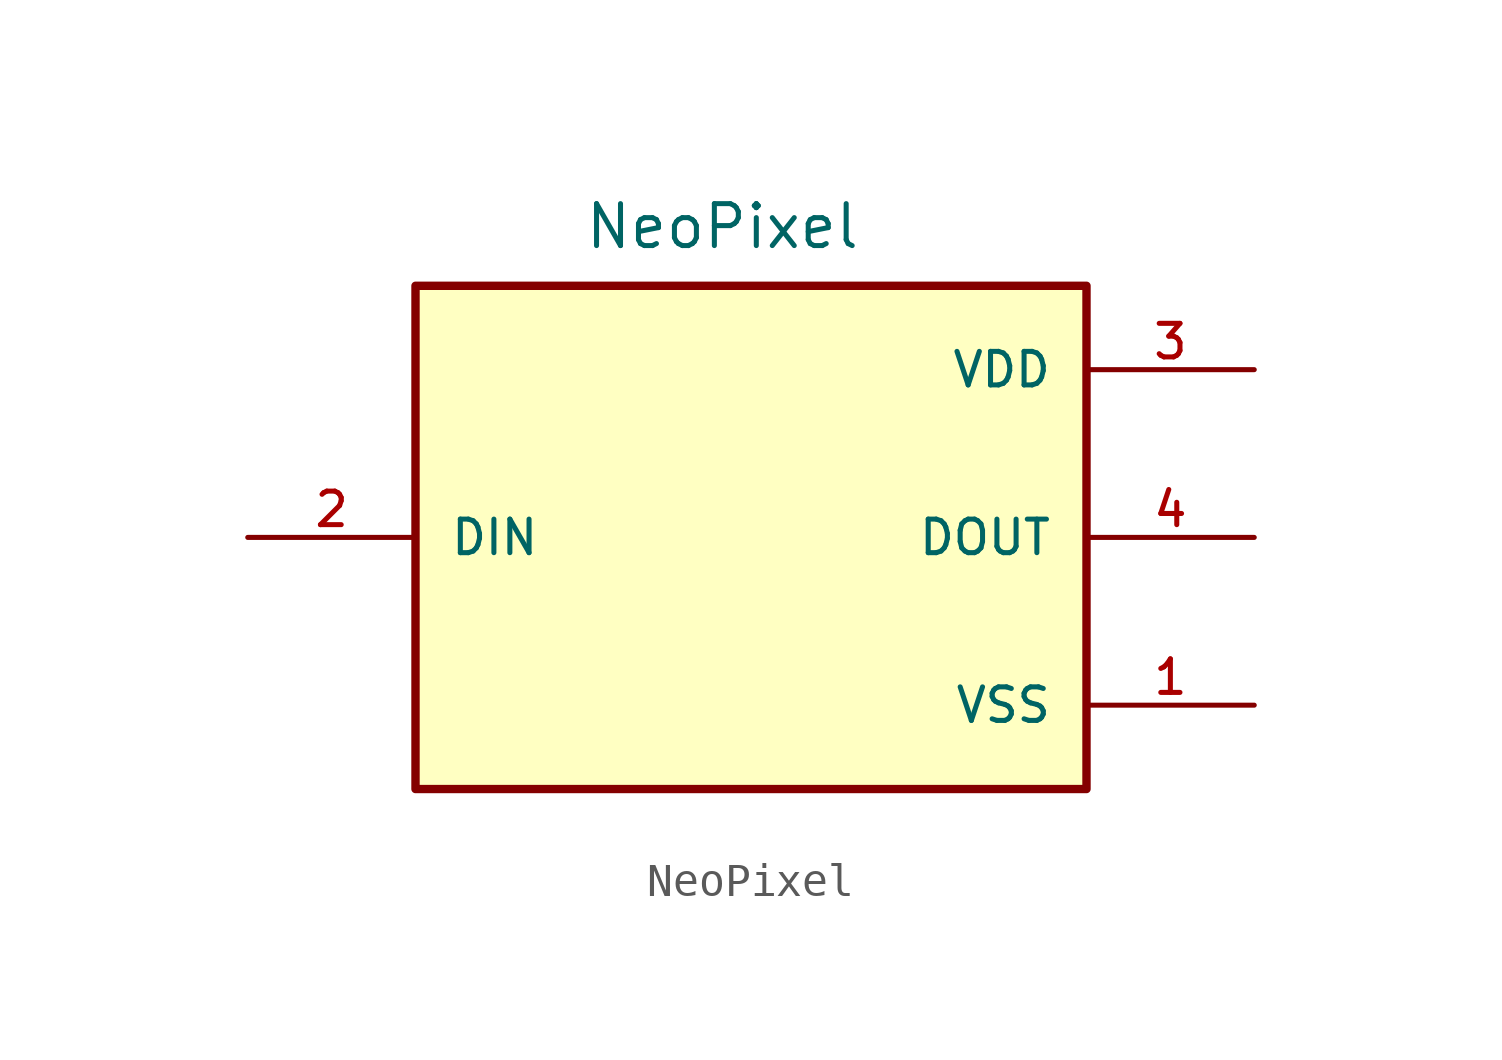
<source format=kicad_sym>
(kicad_symbol_lib
  (version 20211014)
  (generator kicad_symbol_editor)
  (symbol "NeoPixel"
    (pin_names
      (offset 1.016))
    (property "Reference" "D"
      (at -10.162 8.892 0)
      (effects (font (size 1.27 1.27)) (justify left bottom) hide))
    (property "Value" "NeoPixel"
      (at -5.08 10.16 0)
      (effects (font (size 1.27 1.27)) (justify left top)))
    (symbol "NeoPixel_0_0"
      (rectangle (start -10.16 -7.62) (end 10.16 7.62) (stroke (width 0.254) (type default) (color 0 0 0 0)) (fill (type background)))
      (pin power_in line (at 15.24 -5.08 180) (length 5.08) (name "VSS" (effects (font (size 1.016 1.016)))) (number "1" (effects (font (size 1.016 1.016)))))
      (pin input line (at -15.24 0 0) (length 5.08) (name "DIN" (effects (font (size 1.016 1.016)))) (number "2" (effects (font (size 1.016 1.016)))))
      (pin power_in line (at 15.24 5.08 180) (length 5.08) (name "VDD" (effects (font (size 1.016 1.016)))) (number "3" (effects (font (size 1.016 1.016)))))
      (pin output line (at 15.24 0 180) (length 5.08) (name "DOUT" (effects (font (size 1.016 1.016)))) (number "4" (effects (font (size 1.016 1.016))))))))
</source>
